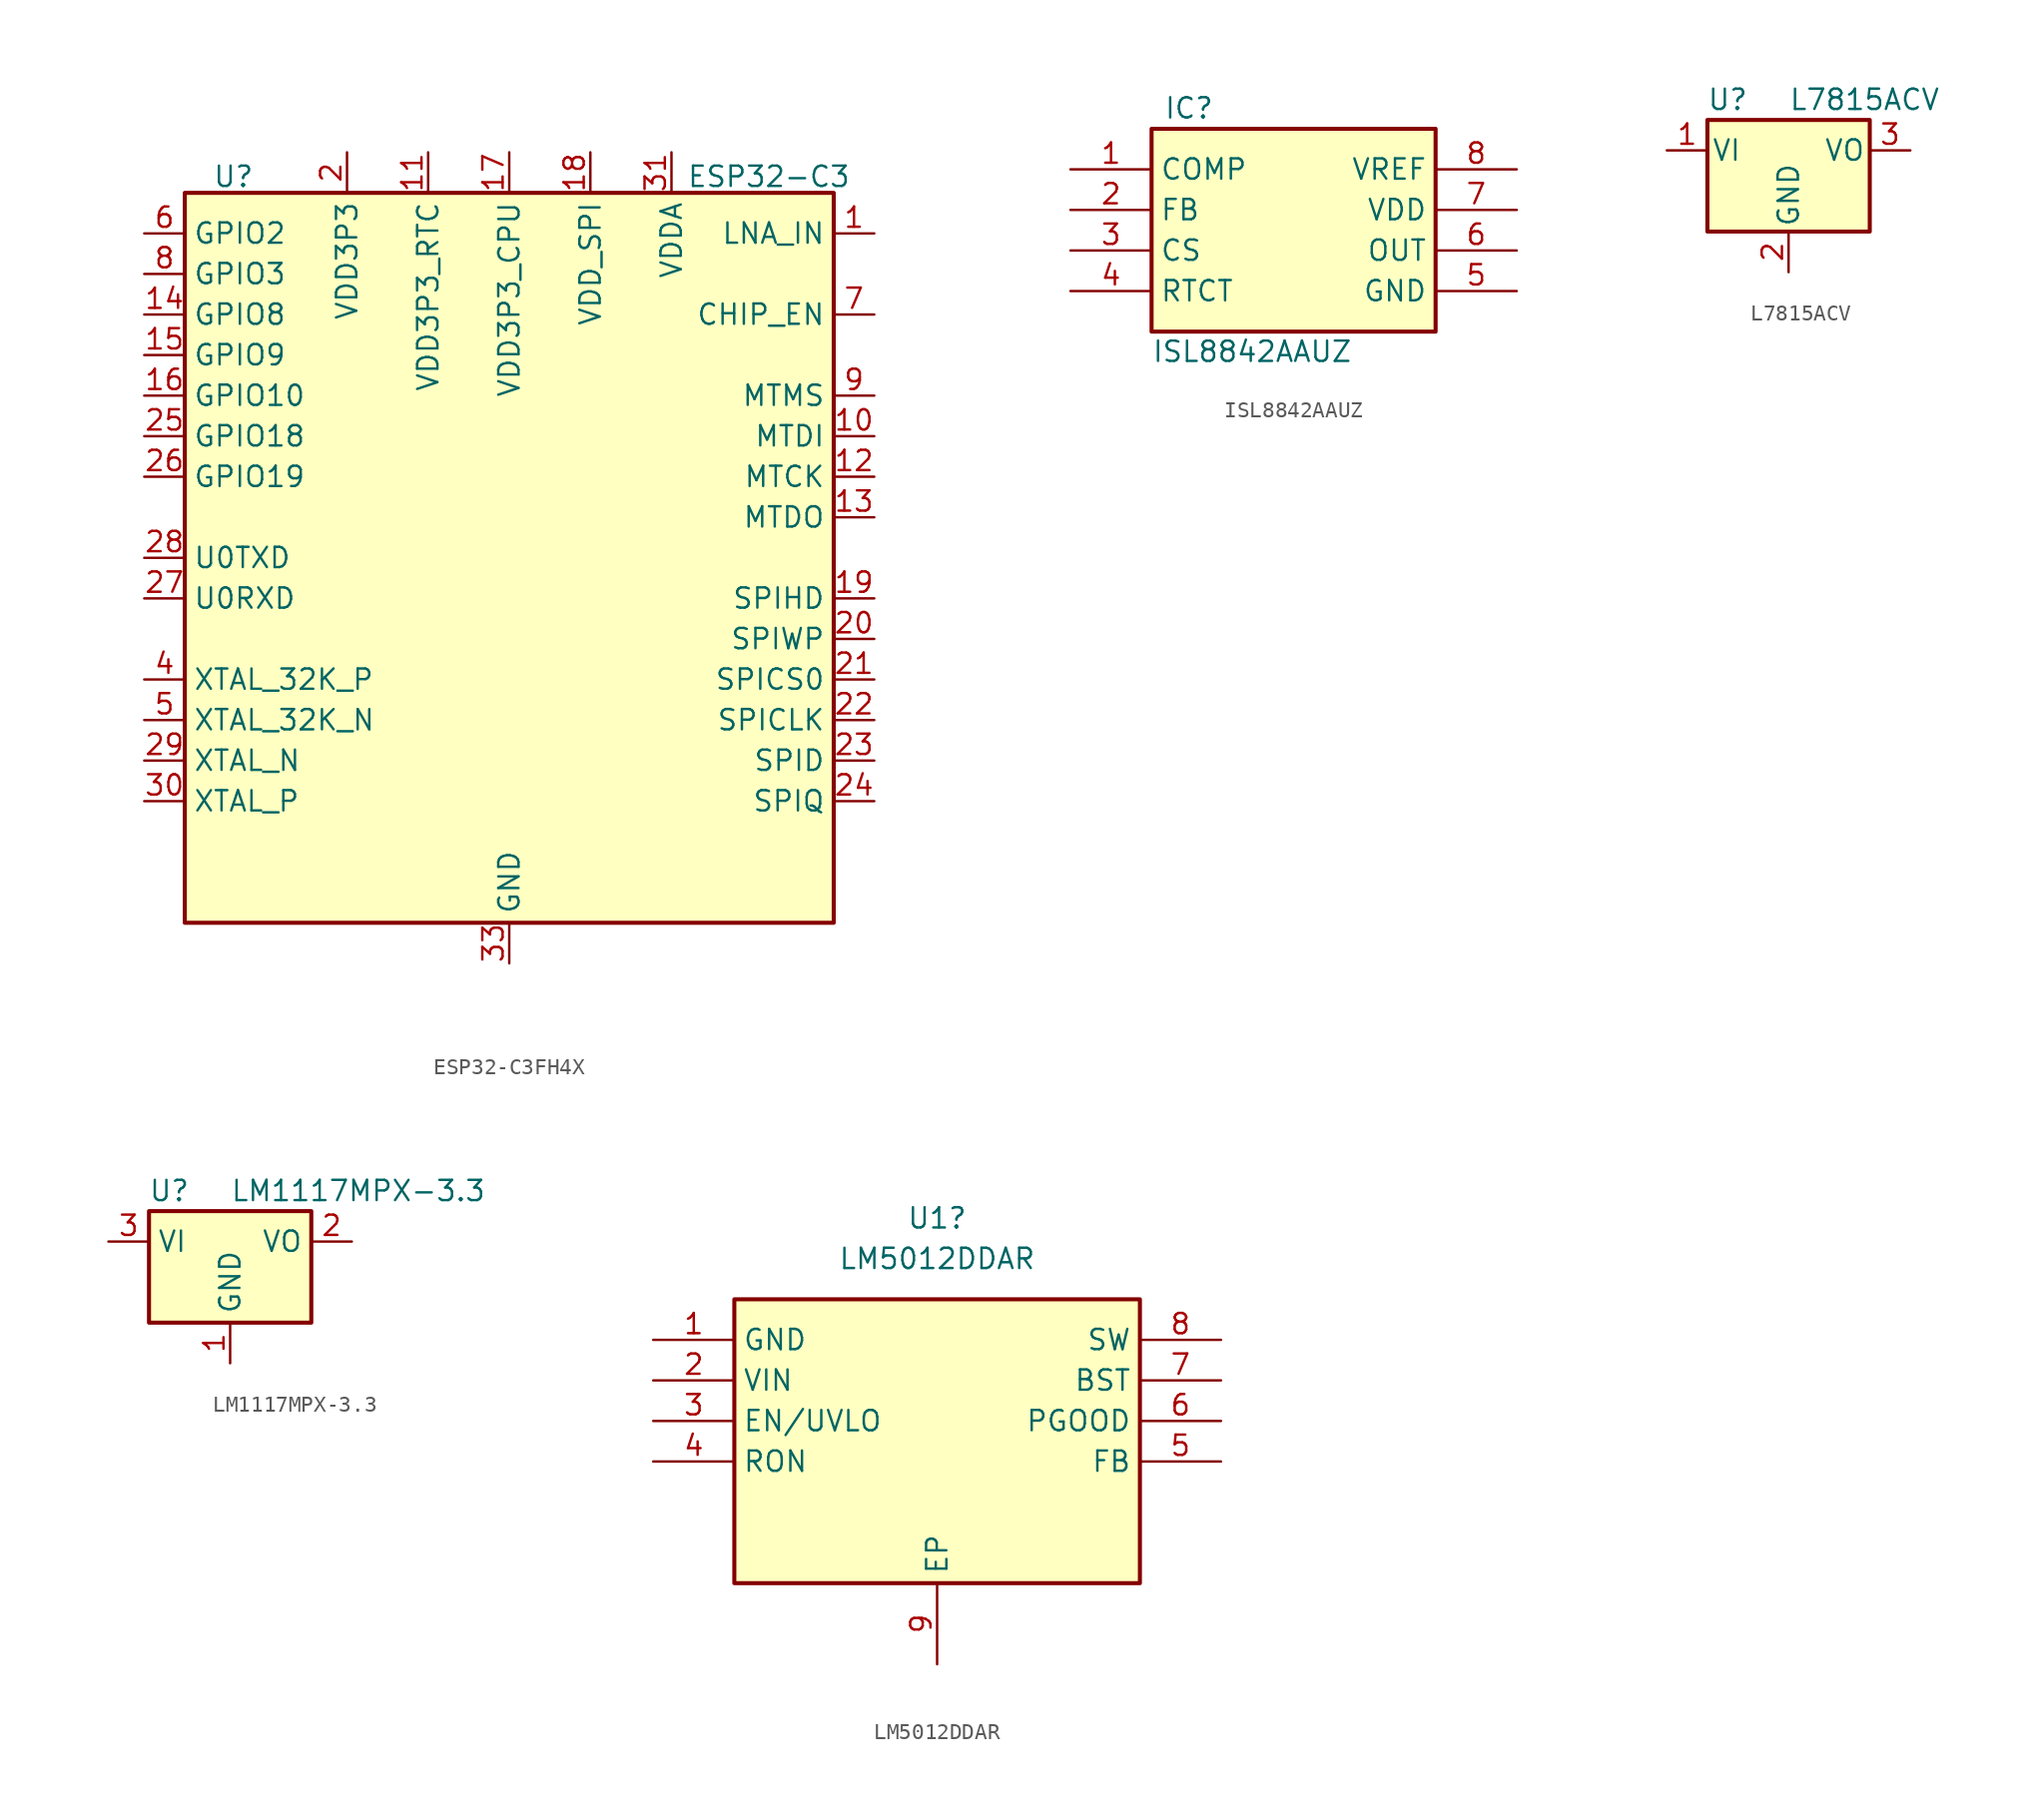
<source format=kicad_sym>
(kicad_symbol_lib
  (version 20241209)
  (generator "kicad_symbol_editor")
  (generator_version "9.0")
  (symbol "ESP32-C3FH4X"
    (property "Reference" "U"
      (at -17.272 23.876 0)
      (effects (font (size 1.27 1.27))))
    (property "Value" "ESP32-C3"
      (at 16.256 23.876 0)
      (effects (font (size 1.27 1.27))))
    (symbol "ESP32-C3FH4X_1_1"
      (rectangle (start -20.32 22.86) (end 20.32 -22.86) (stroke (width 0.254) (type default)) (fill (type background)))
      (pin bidirectional line (at -22.86 20.32 0) (length 2.54) (name "GPIO2" (effects (font (size 1.27 1.27)))) (number "6" (effects (font (size 1.27 1.27)))))
      (pin bidirectional line (at -22.86 17.78 0) (length 2.54) (name "GPIO3" (effects (font (size 1.27 1.27)))) (number "8" (effects (font (size 1.27 1.27)))))
      (pin bidirectional line (at -22.86 15.24 0) (length 2.54) (name "GPIO8" (effects (font (size 1.27 1.27)))) (number "14" (effects (font (size 1.27 1.27)))))
      (pin bidirectional line (at -22.86 12.7 0) (length 2.54) (name "GPIO9" (effects (font (size 1.27 1.27)))) (number "15" (effects (font (size 1.27 1.27)))))
      (pin bidirectional line (at -22.86 10.16 0) (length 2.54) (name "GPIO10" (effects (font (size 1.27 1.27)))) (number "16" (effects (font (size 1.27 1.27)))))
      (pin bidirectional line (at -22.86 7.62 0) (length 2.54) (name "GPIO18" (effects (font (size 1.27 1.27)))) (number "25" (effects (font (size 1.27 1.27)))))
      (pin bidirectional line (at -22.86 5.08 0) (length 2.54) (name "GPIO19" (effects (font (size 1.27 1.27)))) (number "26" (effects (font (size 1.27 1.27)))))
      (pin bidirectional line (at -22.86 0 0) (length 2.54) (name "U0TXD" (effects (font (size 1.27 1.27)))) (number "28" (effects (font (size 1.27 1.27)))))
      (pin bidirectional line (at -22.86 -2.54 0) (length 2.54) (name "U0RXD" (effects (font (size 1.27 1.27)))) (number "27" (effects (font (size 1.27 1.27)))))
      (pin bidirectional line (at -22.86 -7.62 0) (length 2.54) (name "XTAL_32K_P" (effects (font (size 1.27 1.27)))) (number "4" (effects (font (size 1.27 1.27)))))
      (pin bidirectional line (at -22.86 -10.16 0) (length 2.54) (name "XTAL_32K_N" (effects (font (size 1.27 1.27)))) (number "5" (effects (font (size 1.27 1.27)))))
      (pin bidirectional line (at -22.86 -12.7 0) (length 2.54) (name "XTAL_N" (effects (font (size 1.27 1.27)))) (number "29" (effects (font (size 1.27 1.27)))))
      (pin bidirectional line (at -22.86 -15.24 0) (length 2.54) (name "XTAL_P" (effects (font (size 1.27 1.27)))) (number "30" (effects (font (size 1.27 1.27)))))
      (pin power_in line (at -10.16 25.4 270) (length 2.54) (name "VDD3P3" (effects (font (size 1.27 1.27)))) (number "2" (effects (font (size 1.27 1.27)))))
      (pin passive line (at -10.16 25.4 270) (length 2.54) (hide yes) (name "VDD3P3" (effects (font (size 1.27 1.27)))) (number "3" (effects (font (size 1.27 1.27)))))
      (pin power_in line (at -5.08 25.4 270) (length 2.54) (name "VDD3P3_RTC" (effects (font (size 1.27 1.27)))) (number "11" (effects (font (size 1.27 1.27)))))
      (pin power_in line (at 0 25.4 270) (length 2.54) (name "VDD3P3_CPU" (effects (font (size 1.27 1.27)))) (number "17" (effects (font (size 1.27 1.27)))))
      (pin power_in line (at 0 -25.4 90) (length 2.54) (name "GND" (effects (font (size 1.27 1.27)))) (number "33" (effects (font (size 1.27 1.27)))))
      (pin power_out line (at 5.08 25.4 270) (length 2.54) (name "VDD_SPI" (effects (font (size 1.27 1.27)))) (number "18" (effects (font (size 1.27 1.27)))))
      (pin power_in line (at 10.16 25.4 270) (length 2.54) (name "VDDA" (effects (font (size 1.27 1.27)))) (number "31" (effects (font (size 1.27 1.27)))))
      (pin passive line (at 10.16 25.4 270) (length 2.54) (hide yes) (name "VDDA" (effects (font (size 1.27 1.27)))) (number "32" (effects (font (size 1.27 1.27)))))
      (pin bidirectional line (at 22.86 20.32 180) (length 2.54) (name "LNA_IN" (effects (font (size 1.27 1.27)))) (number "1" (effects (font (size 1.27 1.27)))))
      (pin bidirectional line (at 22.86 15.24 180) (length 2.54) (name "CHIP_EN" (effects (font (size 1.27 1.27)))) (number "7" (effects (font (size 1.27 1.27)))))
      (pin bidirectional line (at 22.86 10.16 180) (length 2.54) (name "MTMS" (effects (font (size 1.27 1.27)))) (number "9" (effects (font (size 1.27 1.27)))))
      (pin bidirectional line (at 22.86 7.62 180) (length 2.54) (name "MTDI" (effects (font (size 1.27 1.27)))) (number "10" (effects (font (size 1.27 1.27)))))
      (pin bidirectional line (at 22.86 5.08 180) (length 2.54) (name "MTCK" (effects (font (size 1.27 1.27)))) (number "12" (effects (font (size 1.27 1.27)))))
      (pin bidirectional line (at 22.86 2.54 180) (length 2.54) (name "MTDO" (effects (font (size 1.27 1.27)))) (number "13" (effects (font (size 1.27 1.27)))))
      (pin bidirectional line (at 22.86 -2.54 180) (length 2.54) (name "SPIHD" (effects (font (size 1.27 1.27)))) (number "19" (effects (font (size 1.27 1.27)))))
      (pin bidirectional line (at 22.86 -5.08 180) (length 2.54) (name "SPIWP" (effects (font (size 1.27 1.27)))) (number "20" (effects (font (size 1.27 1.27)))))
      (pin bidirectional line (at 22.86 -7.62 180) (length 2.54) (name "SPICS0" (effects (font (size 1.27 1.27)))) (number "21" (effects (font (size 1.27 1.27)))))
      (pin bidirectional line (at 22.86 -10.16 180) (length 2.54) (name "SPICLK" (effects (font (size 1.27 1.27)))) (number "22" (effects (font (size 1.27 1.27)))))
      (pin bidirectional line (at 22.86 -12.7 180) (length 2.54) (name "SPID" (effects (font (size 1.27 1.27)))) (number "23" (effects (font (size 1.27 1.27)))))
      (pin bidirectional line (at 22.86 -15.24 180) (length 2.54) (name "SPIQ" (effects (font (size 1.27 1.27)))) (number "24" (effects (font (size 1.27 1.27)))))))
  (symbol "ISL8842AAUZ"
    (property "Reference" "IC"
      (at 5.842 4.572 0)
      (effects (font (size 1.27 1.27)) (justify left top)))
    (property "Value" "ISL8842AAUZ"
      (at 5.08 -10.668 0)
      (effects (font (size 1.27 1.27)) (justify left top)))
    (symbol "ISL8842AAUZ_1_1"
      (rectangle (start 5.08 2.54) (end 22.86 -10.16) (stroke (width 0.254) (type default)) (fill (type background)))
      (pin passive line (at 0 0 0) (length 5.08) (name "COMP" (effects (font (size 1.27 1.27)))) (number "1" (effects (font (size 1.27 1.27)))))
      (pin passive line (at 0 -2.54 0) (length 5.08) (name "FB" (effects (font (size 1.27 1.27)))) (number "2" (effects (font (size 1.27 1.27)))))
      (pin passive line (at 0 -5.08 0) (length 5.08) (name "CS" (effects (font (size 1.27 1.27)))) (number "3" (effects (font (size 1.27 1.27)))))
      (pin passive line (at 0 -7.62 0) (length 5.08) (name "RTCT" (effects (font (size 1.27 1.27)))) (number "4" (effects (font (size 1.27 1.27)))))
      (pin passive line (at 27.94 0 180) (length 5.08) (name "VREF" (effects (font (size 1.27 1.27)))) (number "8" (effects (font (size 1.27 1.27)))))
      (pin passive line (at 27.94 -2.54 180) (length 5.08) (name "VDD" (effects (font (size 1.27 1.27)))) (number "7" (effects (font (size 1.27 1.27)))))
      (pin passive line (at 27.94 -5.08 180) (length 5.08) (name "OUT" (effects (font (size 1.27 1.27)))) (number "6" (effects (font (size 1.27 1.27)))))
      (pin passive line (at 27.94 -7.62 180) (length 5.08) (name "GND" (effects (font (size 1.27 1.27)))) (number "5" (effects (font (size 1.27 1.27)))))))
  (symbol "L7815ACV"
    (pin_names
      (offset 0.254))
    (property "Reference" "U"
      (at -3.81 3.175 0)
      (effects (font (size 1.27 1.27))))
    (property "Value" "L7815ACV"
      (at 0 3.175 0)
      (effects (font (size 1.27 1.27)) (justify left)))
    (symbol "L7815ACV_0_1"
      (rectangle (start -5.08 1.905) (end 5.08 -5.08) (stroke (width 0.254) (type default)) (fill (type background))))
    (symbol "L7815ACV_1_1"
      (pin power_in line (at -7.62 0 0) (length 2.54) (name "VI" (effects (font (size 1.27 1.27)))) (number "1" (effects (font (size 1.27 1.27)))))
      (pin power_in line (at 0 -7.62 90) (length 2.54) (name "GND" (effects (font (size 1.27 1.27)))) (number "2" (effects (font (size 1.27 1.27)))))
      (pin power_out line (at 7.62 0 180) (length 2.54) (name "VO" (effects (font (size 1.27 1.27)))) (number "3" (effects (font (size 1.27 1.27)))))))
  (symbol "LM1117MPX-3.3"
    (property "Reference" "U"
      (at -3.81 3.175 0)
      (effects (font (size 1.27 1.27))))
    (property "Value" "LM1117MPX-3.3"
      (at 0 3.175 0)
      (effects (font (size 1.27 1.27)) (justify left)))
    (symbol "LM1117MPX-3.3_0_1"
      (rectangle (start -5.08 -5.08) (end 5.08 1.905) (stroke (width 0.254) (type default)) (fill (type background))))
    (symbol "LM1117MPX-3.3_1_1"
      (pin power_in line (at -7.62 0 0) (length 2.54) (name "VI" (effects (font (size 1.27 1.27)))) (number "3" (effects (font (size 1.27 1.27)))))
      (pin power_in line (at 0 -7.62 90) (length 2.54) (name "GND" (effects (font (size 1.27 1.27)))) (number "1" (effects (font (size 1.27 1.27)))))
      (pin power_out line (at 7.62 0 180) (length 2.54) (name "VO" (effects (font (size 1.27 1.27)))) (number "2" (effects (font (size 1.27 1.27)))))))
  (symbol "LM5012DDAR"
    (property "Reference" "U1"
      (at 17.78 7.62 0)
      (effects (font (size 1.27 1.27))))
    (property "Value" "LM5012DDAR"
      (at 17.78 5.08 0)
      (effects (font (size 1.27 1.27))))
    (symbol "LM5012DDAR_1_1"
      (rectangle (start 5.08 2.54) (end 30.48 -15.24) (stroke (width 0.254) (type default)) (fill (type background)))
      (pin passive line (at 0 0 0) (length 5.08) (name "GND" (effects (font (size 1.27 1.27)))) (number "1" (effects (font (size 1.27 1.27)))))
      (pin passive line (at 0 -2.54 0) (length 5.08) (name "VIN" (effects (font (size 1.27 1.27)))) (number "2" (effects (font (size 1.27 1.27)))))
      (pin passive line (at 0 -5.08 0) (length 5.08) (name "EN/UVLO" (effects (font (size 1.27 1.27)))) (number "3" (effects (font (size 1.27 1.27)))))
      (pin passive line (at 0 -7.62 0) (length 5.08) (name "RON" (effects (font (size 1.27 1.27)))) (number "4" (effects (font (size 1.27 1.27)))))
      (pin passive line (at 17.78 -20.32 90) (length 5.08) (name "EP" (effects (font (size 1.27 1.27)))) (number "9" (effects (font (size 1.27 1.27)))))
      (pin passive line (at 35.56 0 180) (length 5.08) (name "SW" (effects (font (size 1.27 1.27)))) (number "8" (effects (font (size 1.27 1.27)))))
      (pin passive line (at 35.56 -2.54 180) (length 5.08) (name "BST" (effects (font (size 1.27 1.27)))) (number "7" (effects (font (size 1.27 1.27)))))
      (pin passive line (at 35.56 -5.08 180) (length 5.08) (name "PGOOD" (effects (font (size 1.27 1.27)))) (number "6" (effects (font (size 1.27 1.27)))))
      (pin passive line (at 35.56 -7.62 180) (length 5.08) (name "FB" (effects (font (size 1.27 1.27)))) (number "5" (effects (font (size 1.27 1.27))))))))
</source>
